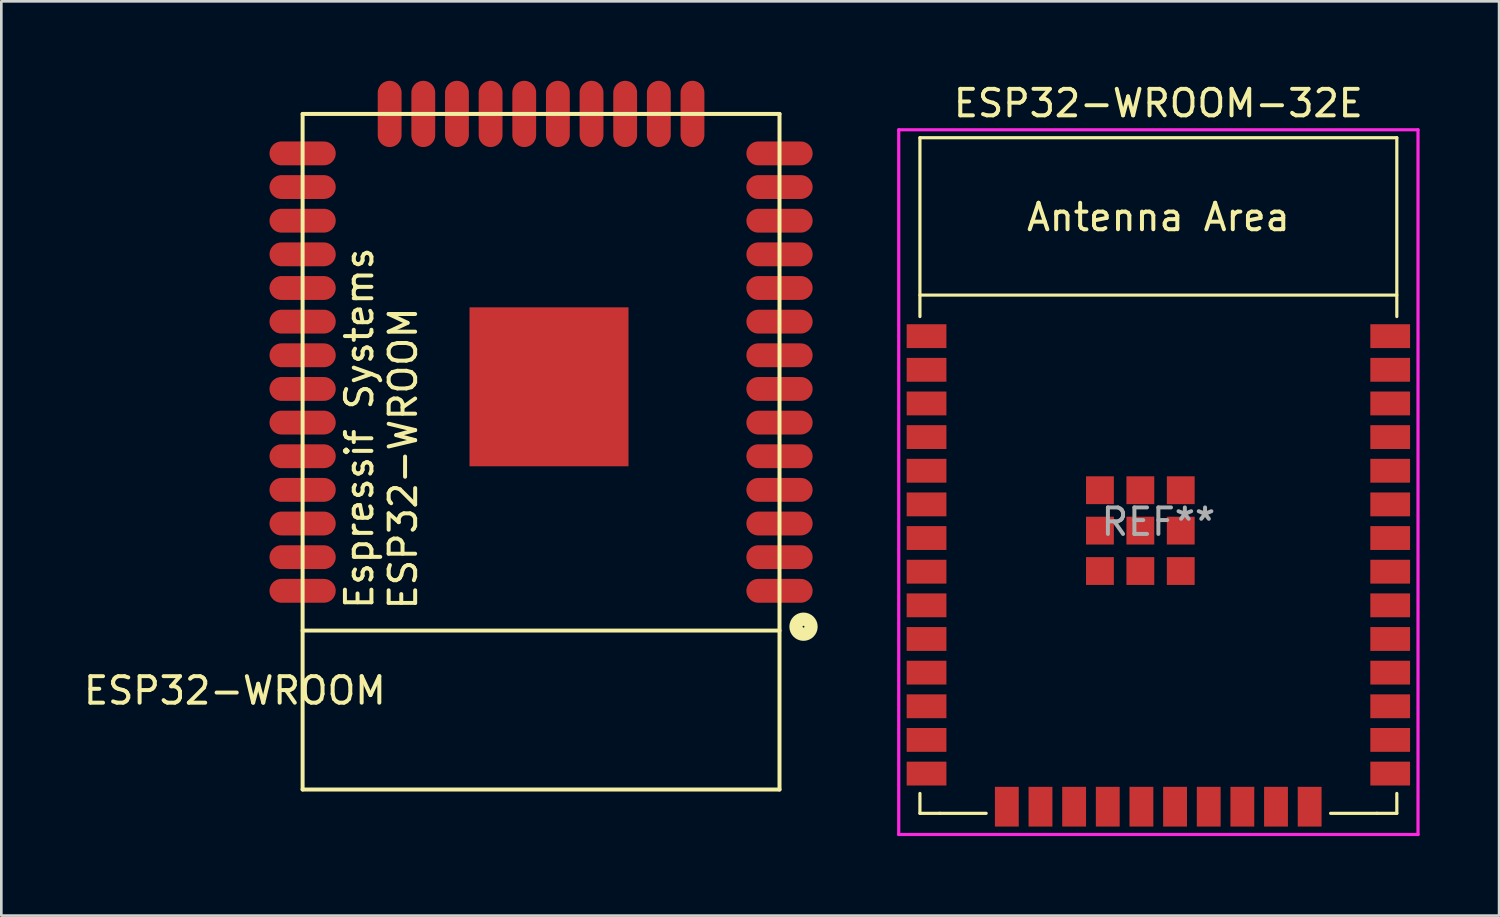
<source format=kicad_pcb>
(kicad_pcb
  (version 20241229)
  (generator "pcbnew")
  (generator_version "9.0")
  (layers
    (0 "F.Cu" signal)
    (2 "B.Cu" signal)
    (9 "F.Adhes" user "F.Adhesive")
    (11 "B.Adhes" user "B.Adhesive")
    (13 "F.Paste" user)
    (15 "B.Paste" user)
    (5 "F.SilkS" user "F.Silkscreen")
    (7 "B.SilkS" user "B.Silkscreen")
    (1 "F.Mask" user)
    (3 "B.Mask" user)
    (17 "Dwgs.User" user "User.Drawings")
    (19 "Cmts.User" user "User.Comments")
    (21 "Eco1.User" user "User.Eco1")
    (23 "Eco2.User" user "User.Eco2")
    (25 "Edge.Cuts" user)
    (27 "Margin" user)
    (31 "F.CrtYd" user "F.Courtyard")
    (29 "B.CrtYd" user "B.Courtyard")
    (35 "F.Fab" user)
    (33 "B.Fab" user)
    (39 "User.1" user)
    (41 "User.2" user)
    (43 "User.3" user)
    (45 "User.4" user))
  (footprint "ESP32-WROOM"
    (layer "F.Cu")
    (at 17.372 14)
    (property "Reference" "ESP32-WROOM" (at -11.557 9.017 0) (layer "F.SilkS") (effects (font (size 1 1) (thickness 0.15))))
    (attr through_hole)
    (fp_line (start -9 -12.75) (end 9 -12.75) (stroke (width 0.15) (type solid)) (layer "F.SilkS"))
    (fp_line (start -9 6.75) (end 9 6.75) (stroke (width 0.15) (type solid)) (layer "F.SilkS"))
    (fp_line (start -9 12.75) (end -9 -12.75) (stroke (width 0.15) (type solid)) (layer "F.SilkS"))
    (fp_line (start -9 12.75) (end 9 12.75) (stroke (width 0.15) (type solid)) (layer "F.SilkS"))
    (fp_line (start 9 12.75) (end 9 -12.75) (stroke (width 0.15) (type solid)) (layer "F.SilkS"))
    (fp_circle (center 9.906 6.604) (end 10.033 6.858) (stroke (width 0.5) (type solid)) (fill no) (layer "F.SilkS"))
    (fp_text user "Espressif Systems" (at -6.858 -0.889 90) (layer "F.SilkS") (effects (font (size 1 1) (thickness 0.15))))
    (fp_text user "ESP32-WROOM" (at -5.207 0.254 90) (layer "F.SilkS") (effects (font (size 1 1) (thickness 0.15))))
    (pad "1" smd oval (at 9 5.25) (size 2.5 0.9) (layers "F.Cu" "F.Mask" "F.Paste"))
    (pad "2" smd oval (at 9 3.98) (size 2.5 0.9) (layers "F.Cu" "F.Mask" "F.Paste"))
    (pad "3" smd oval (at 9 2.71) (size 2.5 0.9) (layers "F.Cu" "F.Mask" "F.Paste"))
    (pad "4" smd oval (at 9 1.44) (size 2.5 0.9) (layers "F.Cu" "F.Mask" "F.Paste"))
    (pad "5" smd oval (at 9 0.17) (size 2.5 0.9) (layers "F.Cu" "F.Mask" "F.Paste"))
    (pad "6" smd oval (at 9 -1.1) (size 2.5 0.9) (layers "F.Cu" "F.Mask" "F.Paste"))
    (pad "7" smd oval (at 9 -2.37) (size 2.5 0.9) (layers "F.Cu" "F.Mask" "F.Paste"))
    (pad "8" smd oval (at 9 -3.64) (size 2.5 0.9) (layers "F.Cu" "F.Mask" "F.Paste"))
    (pad "9" smd oval (at 9 -4.91) (size 2.5 0.9) (layers "F.Cu" "F.Mask" "F.Paste"))
    (pad "10" smd oval (at 9 -6.18) (size 2.5 0.9) (layers "F.Cu" "F.Mask" "F.Paste"))
    (pad "11" smd oval (at 9 -7.45) (size 2.5 0.9) (layers "F.Cu" "F.Mask" "F.Paste"))
    (pad "12" smd oval (at 9 -8.72) (size 2.5 0.9) (layers "F.Cu" "F.Mask" "F.Paste"))
    (pad "13" smd oval (at 9 -9.99) (size 2.5 0.9) (layers "F.Cu" "F.Mask" "F.Paste"))
    (pad "14" smd oval (at 9 -11.26) (size 2.5 0.9) (layers "F.Cu" "F.Mask" "F.Paste"))
    (pad "15" smd oval (at 5.715 -12.75) (size 0.9 2.5) (layers "F.Cu" "F.Mask" "F.Paste"))
    (pad "16" smd oval (at 4.445 -12.75) (size 0.9 2.5) (layers "F.Cu" "F.Mask" "F.Paste"))
    (pad "17" smd oval (at 3.175 -12.75) (size 0.9 2.5) (layers "F.Cu" "F.Mask" "F.Paste"))
    (pad "18" smd oval (at 1.905 -12.75) (size 0.9 2.5) (layers "F.Cu" "F.Mask" "F.Paste"))
    (pad "19" smd oval (at 0.635 -12.75) (size 0.9 2.5) (layers "F.Cu" "F.Mask" "F.Paste"))
    (pad "20" smd oval (at -0.635 -12.75) (size 0.9 2.5) (layers "F.Cu" "F.Mask" "F.Paste"))
    (pad "21" smd oval (at -1.905 -12.75) (size 0.9 2.5) (layers "F.Cu" "F.Mask" "F.Paste"))
    (pad "22" smd oval (at -3.175 -12.75) (size 0.9 2.5) (layers "F.Cu" "F.Mask" "F.Paste"))
    (pad "23" smd oval (at -4.445 -12.75) (size 0.9 2.5) (layers "F.Cu" "F.Mask" "F.Paste"))
    (pad "24" smd oval (at -5.715 -12.75) (size 0.9 2.5) (layers "F.Cu" "F.Mask" "F.Paste"))
    (pad "25" smd oval (at -9 -11.26) (size 2.5 0.9) (layers "F.Cu" "F.Mask" "F.Paste"))
    (pad "26" smd oval (at -9 -9.99) (size 2.5 0.9) (layers "F.Cu" "F.Mask" "F.Paste"))
    (pad "27" smd oval (at -9 -8.72) (size 2.5 0.9) (layers "F.Cu" "F.Mask" "F.Paste"))
    (pad "28" smd oval (at -9 -7.45) (size 2.5 0.9) (layers "F.Cu" "F.Mask" "F.Paste"))
    (pad "29" smd oval (at -9 -6.18) (size 2.5 0.9) (layers "F.Cu" "F.Mask" "F.Paste"))
    (pad "30" smd oval (at -9 -4.91) (size 2.5 0.9) (layers "F.Cu" "F.Mask" "F.Paste"))
    (pad "31" smd oval (at -9 -3.64) (size 2.5 0.9) (layers "F.Cu" "F.Mask" "F.Paste"))
    (pad "32" smd oval (at -9 -2.37) (size 2.5 0.9) (layers "F.Cu" "F.Mask" "F.Paste"))
    (pad "33" smd oval (at -9 -1.1) (size 2.5 0.9) (layers "F.Cu" "F.Mask" "F.Paste"))
    (pad "34" smd oval (at -9 0.17) (size 2.5 0.9) (layers "F.Cu" "F.Mask" "F.Paste"))
    (pad "35" smd oval (at -9 1.44) (size 2.5 0.9) (layers "F.Cu" "F.Mask" "F.Paste"))
    (pad "36" smd oval (at -9 2.71) (size 2.5 0.9) (layers "F.Cu" "F.Mask" "F.Paste"))
    (pad "37" smd oval (at -9 3.98) (size 2.5 0.9) (layers "F.Cu" "F.Mask" "F.Paste"))
    (pad "38" smd oval (at -9 5.25) (size 2.5 0.9) (layers "F.Cu" "F.Mask" "F.Paste"))
    (pad "39" smd rect (at 0.3 -2.45) (size 6 6) (layers "F.Cu" "F.Mask" "F.Paste")))
  (footprint "ESP32-WROOM-32E"
    (layer "F.Cu")
    (at 40.672 16.648)
    (property "Reference" "ESP32-WROOM-32E" (at 0 -15.8 0) (layer "F.SilkS") (effects (font (size 1 1) (thickness 0.15))))
    (attr smd)
    (fp_line (start -9 -14.5) (end -9 -7.75) (stroke (width 0.12) (type solid)) (layer "F.SilkS"))
    (fp_line (start -9 -14.5) (end 9 -14.5) (stroke (width 0.12) (type solid)) (layer "F.SilkS"))
    (fp_line (start -9 10.25) (end -9 11) (stroke (width 0.12) (type solid)) (layer "F.SilkS"))
    (fp_line (start -9 11) (end -8.25 11) (stroke (width 0.12) (type solid)) (layer "F.SilkS"))
    (fp_line (start -8.25 11) (end -6.5 11) (stroke (width 0.12) (type solid)) (layer "F.SilkS"))
    (fp_line (start 8.25 11) (end 6.5 11) (stroke (width 0.12) (type solid)) (layer "F.SilkS"))
    (fp_line (start 9 -14.5) (end 9 -7.75) (stroke (width 0.12) (type solid)) (layer "F.SilkS"))
    (fp_line (start 9 -8.56) (end -9 -8.56) (stroke (width 0.12) (type solid)) (layer "F.SilkS"))
    (fp_line (start 9 10.25) (end 9 11) (stroke (width 0.12) (type solid)) (layer "F.SilkS"))
    (fp_line (start 9 11) (end 8.25 11) (stroke (width 0.12) (type solid)) (layer "F.SilkS"))
    (fp_line (start -9 -14.5) (end 9 -14.5) (stroke (width 0.12) (type solid)) (layer "Eco2.User"))
    (fp_line (start -9 -8.56) (end 9 -8.56) (stroke (width 0.12) (type solid)) (layer "Eco2.User"))
    (fp_line (start -9 11) (end -9 -14.5) (stroke (width 0.12) (type solid)) (layer "Eco2.User"))
    (fp_line (start 9 -14.5) (end 9 11) (stroke (width 0.12) (type solid)) (layer "Eco2.User"))
    (fp_line (start 9 11) (end -9 11) (stroke (width 0.12) (type solid)) (layer "Eco2.User"))
    (fp_line (start -9.8 -14.8) (end -9.8 11.8) (stroke (width 0.12) (type solid)) (layer "F.CrtYd"))
    (fp_line (start -9.8 11.8) (end 9.8 11.8) (stroke (width 0.12) (type solid)) (layer "F.CrtYd"))
    (fp_line (start 9.8 -14.8) (end -9.8 -14.8) (stroke (width 0.12) (type solid)) (layer "F.CrtYd"))
    (fp_line (start 9.8 -14.8) (end 9.8 11.8) (stroke (width 0.12) (type solid)) (layer "F.CrtYd"))
    (fp_text user "Antenna Area" (at 0 -11.5 0) (layer "F.SilkS") (effects (font (size 1 1) (thickness 0.15))))
    (fp_text user "Antenna Area" (at 0 -11.5 0) (layer "Eco2.User") (effects (font (size 1 1) (thickness 0.15))))
    (fp_text user "REF**" (at 0 0 0) (layer "F.Fab") (effects (font (size 1 1) (thickness 0.15))))
    (pad "1" smd rect (at -8.75 -7.01) (size 1.5 0.9) (layers "F.Cu" "F.Mask" "F.Paste"))
    (pad "2" smd rect (at -8.75 -5.74) (size 1.5 0.9) (layers "F.Cu" "F.Mask" "F.Paste"))
    (pad "3" smd rect (at -8.75 -4.47) (size 1.5 0.9) (layers "F.Cu" "F.Mask" "F.Paste"))
    (pad "4" smd rect (at -8.75 -3.2) (size 1.5 0.9) (layers "F.Cu" "F.Mask" "F.Paste"))
    (pad "5" smd rect (at -8.75 -1.93) (size 1.5 0.9) (layers "F.Cu" "F.Mask" "F.Paste"))
    (pad "6" smd rect (at -8.75 -0.66) (size 1.5 0.9) (layers "F.Cu" "F.Mask" "F.Paste"))
    (pad "7" smd rect (at -8.75 0.61) (size 1.5 0.9) (layers "F.Cu" "F.Mask" "F.Paste"))
    (pad "8" smd rect (at -8.75 1.88) (size 1.5 0.9) (layers "F.Cu" "F.Mask" "F.Paste"))
    (pad "9" smd rect (at -8.75 3.15) (size 1.5 0.9) (layers "F.Cu" "F.Mask" "F.Paste"))
    (pad "10" smd rect (at -8.75 4.42) (size 1.5 0.9) (layers "F.Cu" "F.Mask" "F.Paste"))
    (pad "11" smd rect (at -8.75 5.69) (size 1.5 0.9) (layers "F.Cu" "F.Mask" "F.Paste"))
    (pad "12" smd rect (at -8.75 6.96) (size 1.5 0.9) (layers "F.Cu" "F.Mask" "F.Paste"))
    (pad "13" smd rect (at -8.75 8.23) (size 1.5 0.9) (layers "F.Cu" "F.Mask" "F.Paste"))
    (pad "14" smd rect (at -8.75 9.5) (size 1.5 0.9) (layers "F.Cu" "F.Mask" "F.Paste"))
    (pad "15" smd rect (at -5.72 10.75 90) (size 1.5 0.9) (layers "F.Cu" "F.Mask" "F.Paste"))
    (pad "16" smd rect (at -4.45 10.75 90) (size 1.5 0.9) (layers "F.Cu" "F.Mask" "F.Paste"))
    (pad "17" smd rect (at -3.18 10.75 90) (size 1.5 0.9) (layers "F.Cu" "F.Mask" "F.Paste"))
    (pad "18" smd rect (at -1.91 10.75 90) (size 1.5 0.9) (layers "F.Cu" "F.Mask" "F.Paste"))
    (pad "19" smd rect (at -0.64 10.75 90) (size 1.5 0.9) (layers "F.Cu" "F.Mask" "F.Paste"))
    (pad "20" smd rect (at 0.63 10.75 90) (size 1.5 0.9) (layers "F.Cu" "F.Mask" "F.Paste"))
    (pad "21" smd rect (at 1.9 10.75 90) (size 1.5 0.9) (layers "F.Cu" "F.Mask" "F.Paste"))
    (pad "22" smd rect (at 3.17 10.75 90) (size 1.5 0.9) (layers "F.Cu" "F.Mask" "F.Paste"))
    (pad "23" smd rect (at 4.44 10.75 90) (size 1.5 0.9) (layers "F.Cu" "F.Mask" "F.Paste"))
    (pad "24" smd rect (at 5.71 10.75 90) (size 1.5 0.9) (layers "F.Cu" "F.Mask" "F.Paste"))
    (pad "25" smd rect (at 8.75 9.5 180) (size 1.5 0.9) (layers "F.Cu" "F.Mask" "F.Paste"))
    (pad "26" smd rect (at 8.75 8.23 180) (size 1.5 0.9) (layers "F.Cu" "F.Mask" "F.Paste"))
    (pad "27" smd rect (at 8.75 6.96 180) (size 1.5 0.9) (layers "F.Cu" "F.Mask" "F.Paste"))
    (pad "28" smd rect (at 8.75 5.69 180) (size 1.5 0.9) (layers "F.Cu" "F.Mask" "F.Paste"))
    (pad "29" smd rect (at 8.75 4.42 180) (size 1.5 0.9) (layers "F.Cu" "F.Mask" "F.Paste"))
    (pad "30" smd rect (at 8.75 3.15 180) (size 1.5 0.9) (layers "F.Cu" "F.Mask" "F.Paste"))
    (pad "31" smd rect (at 8.75 1.88 180) (size 1.5 0.9) (layers "F.Cu" "F.Mask" "F.Paste"))
    (pad "32" smd rect (at 8.75 0.61 180) (size 1.5 0.9) (layers "F.Cu" "F.Mask" "F.Paste"))
    (pad "33" smd rect (at 8.75 -0.66 180) (size 1.5 0.9) (layers "F.Cu" "F.Mask" "F.Paste"))
    (pad "34" smd rect (at 8.75 -1.93 180) (size 1.5 0.9) (layers "F.Cu" "F.Mask" "F.Paste"))
    (pad "35" smd rect (at 8.75 -3.2 180) (size 1.5 0.9) (layers "F.Cu" "F.Mask" "F.Paste"))
    (pad "36" smd rect (at 8.75 -4.47 180) (size 1.5 0.9) (layers "F.Cu" "F.Mask" "F.Paste"))
    (pad "37" smd rect (at 8.75 -5.74 180) (size 1.5 0.9) (layers "F.Cu" "F.Mask" "F.Paste"))
    (pad "38" smd rect (at 8.75 -7.01 180) (size 1.5 0.9) (layers "F.Cu" "F.Mask" "F.Paste"))
    (pad "39" smd rect (at -2.205 -1.195 180) (size 1.05 1.05) (layers "F.Cu" "F.Mask" "F.Paste"))
    (pad "39" smd rect (at -2.205 0.33 180) (size 1.05 1.05) (layers "F.Cu" "F.Mask" "F.Paste"))
    (pad "39" smd rect (at -2.205 1.855 180) (size 1.05 1.05) (layers "F.Cu" "F.Mask" "F.Paste"))
    (pad "39" smd rect (at -0.68 -1.195 180) (size 1.05 1.05) (layers "F.Cu" "F.Mask" "F.Paste"))
    (pad "39" smd rect (at -0.68 0.33 180) (size 1.05 1.05) (layers "F.Cu" "F.Mask" "F.Paste"))
    (pad "39" smd rect (at -0.68 1.855 180) (size 1.05 1.05) (layers "F.Cu" "F.Mask" "F.Paste"))
    (pad "39" smd rect (at 0.845 -1.195 180) (size 1.05 1.05) (layers "F.Cu" "F.Mask" "F.Paste"))
    (pad "39" smd rect (at 0.845 0.33 180) (size 1.05 1.05) (layers "F.Cu" "F.Mask" "F.Paste"))
    (pad "39" smd rect (at 0.845 1.855 180) (size 1.05 1.05) (layers "F.Cu" "F.Mask" "F.Paste")))
  (gr_rect
    (start -3 -3)
    (end 53.532 31.508)
    (stroke (width 0.1) (type default))
    (fill no)
    (layer "Edge.Cuts")))
</source>
